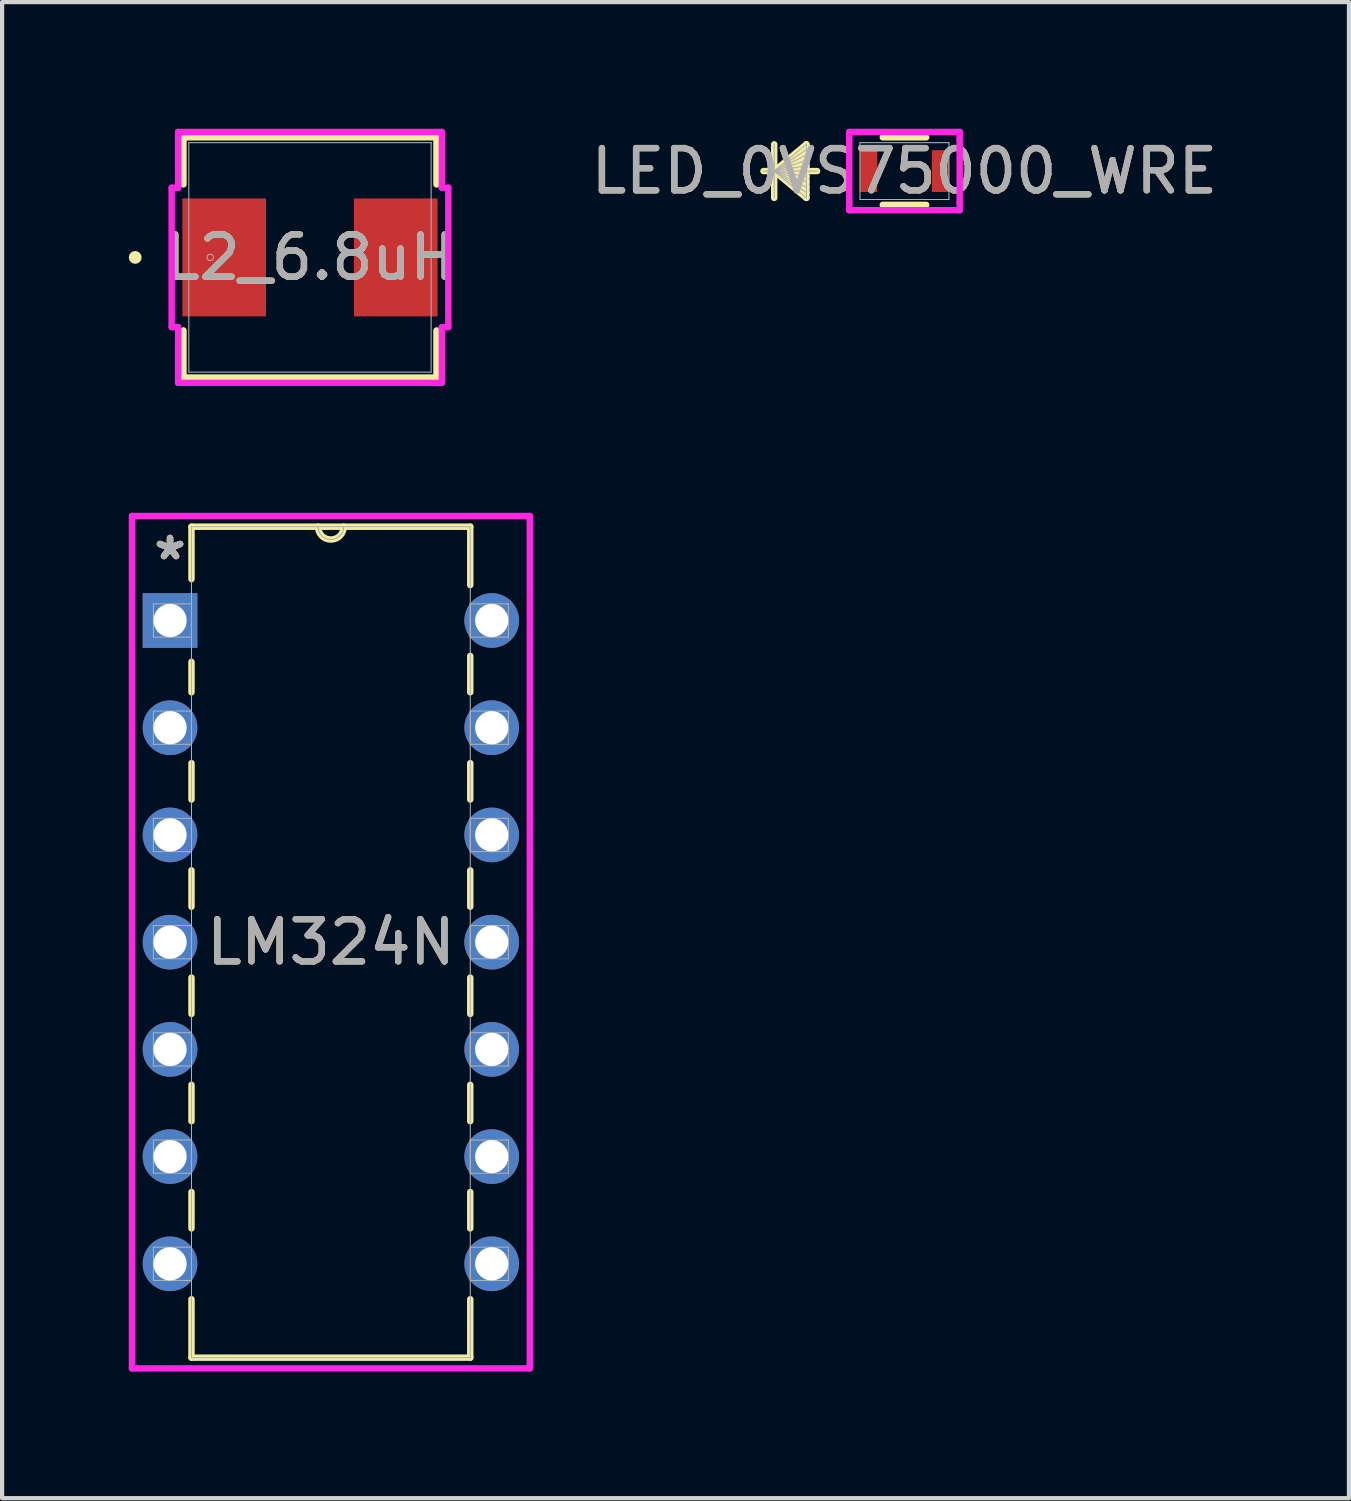
<source format=kicad_pcb>
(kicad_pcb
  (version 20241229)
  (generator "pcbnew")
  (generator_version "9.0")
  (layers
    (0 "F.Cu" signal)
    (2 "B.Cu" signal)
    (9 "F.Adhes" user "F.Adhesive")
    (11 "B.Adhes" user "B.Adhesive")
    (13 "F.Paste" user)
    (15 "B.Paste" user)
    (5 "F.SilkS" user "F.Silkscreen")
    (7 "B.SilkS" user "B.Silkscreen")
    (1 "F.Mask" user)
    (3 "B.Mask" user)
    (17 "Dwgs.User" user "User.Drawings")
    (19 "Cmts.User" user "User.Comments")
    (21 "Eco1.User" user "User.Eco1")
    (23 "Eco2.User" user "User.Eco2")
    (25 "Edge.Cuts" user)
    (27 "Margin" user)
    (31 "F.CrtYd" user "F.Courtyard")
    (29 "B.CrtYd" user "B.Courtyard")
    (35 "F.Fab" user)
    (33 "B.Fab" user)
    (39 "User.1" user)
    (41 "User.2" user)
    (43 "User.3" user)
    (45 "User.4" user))
  (footprint "LED_0VS75000_WRE"
    (layer "F.Cu")
    (at 18.376 1.003)
    (property "Reference" "LED_0VS75000_WRE" (at 0 0 0) (unlocked yes) (layer "F.SilkS") (effects (font (size 1 1) (thickness 0.15))))
    (attr smd)
    (fp_line (start -3.086 -0.635) (end -3.086 0.635) (stroke (width 0.152) (type solid)) (layer "F.SilkS"))
    (fp_line (start -3.086 0) (end -2.324 -0.635) (stroke (width 0.152) (type solid)) (layer "F.SilkS"))
    (fp_line (start -3.086 0) (end -2.324 -0.508) (stroke (width 0.152) (type solid)) (layer "F.SilkS"))
    (fp_line (start -3.086 0) (end -2.324 -0.381) (stroke (width 0.152) (type solid)) (layer "F.SilkS"))
    (fp_line (start -3.086 0) (end -2.324 -0.254) (stroke (width 0.152) (type solid)) (layer "F.SilkS"))
    (fp_line (start -3.086 0) (end -2.324 -0.127) (stroke (width 0.152) (type solid)) (layer "F.SilkS"))
    (fp_line (start -3.086 0) (end -2.324 0.127) (stroke (width 0.152) (type solid)) (layer "F.SilkS"))
    (fp_line (start -3.086 0) (end -2.324 0.254) (stroke (width 0.152) (type solid)) (layer "F.SilkS"))
    (fp_line (start -3.086 0) (end -2.324 0.381) (stroke (width 0.152) (type solid)) (layer "F.SilkS"))
    (fp_line (start -3.086 0) (end -2.324 0.508) (stroke (width 0.152) (type solid)) (layer "F.SilkS"))
    (fp_line (start -3.086 0) (end -2.324 0.635) (stroke (width 0.152) (type solid)) (layer "F.SilkS"))
    (fp_line (start -2.324 -0.635) (end -2.324 0.635) (stroke (width 0.152) (type solid)) (layer "F.SilkS"))
    (fp_line (start -2.07 0) (end -3.34 0) (stroke (width 0.152) (type solid)) (layer "F.SilkS"))
    (fp_line (start -0.514 0.8) (end 0.514 0.8) (stroke (width 0.152) (type solid)) (layer "F.SilkS"))
    (fp_line (start 0.514 -0.8) (end -0.514 -0.8) (stroke (width 0.152) (type solid)) (layer "F.SilkS"))
    (fp_line (start -1.308 -0.927) (end 1.308 -0.927) (stroke (width 0.152) (type solid)) (layer "F.CrtYd"))
    (fp_line (start -1.308 -0.749) (end -1.308 -0.927) (stroke (width 0.152) (type solid)) (layer "F.CrtYd"))
    (fp_line (start -1.308 -0.749) (end -1.308 -0.749) (stroke (width 0.152) (type solid)) (layer "F.CrtYd"))
    (fp_line (start -1.308 0.749) (end -1.308 -0.749) (stroke (width 0.152) (type solid)) (layer "F.CrtYd"))
    (fp_line (start -1.308 0.749) (end -1.308 0.749) (stroke (width 0.152) (type solid)) (layer "F.CrtYd"))
    (fp_line (start -1.308 0.927) (end -1.308 0.749) (stroke (width 0.152) (type solid)) (layer "F.CrtYd"))
    (fp_line (start 1.308 -0.927) (end 1.308 -0.749) (stroke (width 0.152) (type solid)) (layer "F.CrtYd"))
    (fp_line (start 1.308 -0.749) (end 1.308 -0.749) (stroke (width 0.152) (type solid)) (layer "F.CrtYd"))
    (fp_line (start 1.308 -0.749) (end 1.308 0.749) (stroke (width 0.152) (type solid)) (layer "F.CrtYd"))
    (fp_line (start 1.308 0.749) (end 1.308 0.749) (stroke (width 0.152) (type solid)) (layer "F.CrtYd"))
    (fp_line (start 1.308 0.749) (end 1.308 0.927) (stroke (width 0.152) (type solid)) (layer "F.CrtYd"))
    (fp_line (start 1.308 0.927) (end -1.308 0.927) (stroke (width 0.152) (type solid)) (layer "F.CrtYd"))
    (fp_line (start -3.086 -0.635) (end -3.086 0.635) (stroke (width 0.025) (type solid)) (layer "F.Fab"))
    (fp_line (start -3.086 0) (end -2.324 -0.635) (stroke (width 0.025) (type solid)) (layer "F.Fab"))
    (fp_line (start -3.086 0) (end -2.324 -0.508) (stroke (width 0.025) (type solid)) (layer "F.Fab"))
    (fp_line (start -3.086 0) (end -2.324 -0.381) (stroke (width 0.025) (type solid)) (layer "F.Fab"))
    (fp_line (start -3.086 0) (end -2.324 -0.254) (stroke (width 0.025) (type solid)) (layer "F.Fab"))
    (fp_line (start -3.086 0) (end -2.324 -0.127) (stroke (width 0.025) (type solid)) (layer "F.Fab"))
    (fp_line (start -3.086 0) (end -2.324 0.127) (stroke (width 0.025) (type solid)) (layer "F.Fab"))
    (fp_line (start -3.086 0) (end -2.324 0.254) (stroke (width 0.025) (type solid)) (layer "F.Fab"))
    (fp_line (start -3.086 0) (end -2.324 0.381) (stroke (width 0.025) (type solid)) (layer "F.Fab"))
    (fp_line (start -3.086 0) (end -2.324 0.508) (stroke (width 0.025) (type solid)) (layer "F.Fab"))
    (fp_line (start -3.086 0) (end -2.324 0.635) (stroke (width 0.025) (type solid)) (layer "F.Fab"))
    (fp_line (start -2.324 -0.635) (end -2.324 0.635) (stroke (width 0.025) (type solid)) (layer "F.Fab"))
    (fp_line (start -2.07 0) (end -3.34 0) (stroke (width 0.025) (type solid)) (layer "F.Fab"))
    (fp_line (start -1.054 -0.673) (end -1.054 0.673) (stroke (width 0.025) (type solid)) (layer "F.Fab"))
    (fp_line (start -1.054 0.673) (end 1.054 0.673) (stroke (width 0.025) (type solid)) (layer "F.Fab"))
    (fp_line (start 1.054 -0.673) (end -1.054 -0.673) (stroke (width 0.025) (type solid)) (layer "F.Fab"))
    (fp_line (start 1.054 0.673) (end 1.054 -0.673) (stroke (width 0.025) (type solid)) (layer "F.Fab"))
    (fp_text user "${REFERENCE}" (at 0 0 0) (unlocked yes) (layer "F.Fab") (effects (font (size 1 1) (thickness 0.15))))
    (pad "1" smd rect (at -0.851 0) (size 0.406 0.991) (layers "F.Cu" "F.Mask" "F.Paste"))
    (pad "2" smd rect (at 0.851 0) (size 0.406 0.991) (layers "F.Cu" "F.Mask" "F.Paste"))
    (zone (net_name "") (layer "F.Cu") (hatch full 0.508) (connect_pads) (min_thickness 0.254) (filled_areas_thickness no) (keepout (tracks not_allowed) (vias not_allowed) (pads allowed) (copperpour not_allowed) (footprints allowed)) (placement (enabled no)) (fill) (polygon (pts (xy 17.779 0.381) (xy 18.973 0.381) (xy 18.973 1.626) (xy 17.779 1.626)))))
  (footprint "L2_6.8uH"
    (layer "F.Cu")
    (at 4.293 3.048)
    (property "Reference" "L2_6.8uH" (at 0 0 0) (unlocked yes) (layer "F.SilkS") (effects (font (size 1 1) (thickness 0.15))))
    (attr smd)
    (fp_line (start -2.997 -2.845) (end -2.997 -1.73) (stroke (width 0.152) (type solid)) (layer "F.SilkS"))
    (fp_line (start -2.997 1.73) (end -2.997 2.845) (stroke (width 0.152) (type solid)) (layer "F.SilkS"))
    (fp_line (start -2.997 2.845) (end 2.997 2.845) (stroke (width 0.152) (type solid)) (layer "F.SilkS"))
    (fp_line (start 2.997 -2.845) (end -2.997 -2.845) (stroke (width 0.152) (type solid)) (layer "F.SilkS"))
    (fp_line (start 2.997 -1.73) (end 2.997 -2.845) (stroke (width 0.152) (type solid)) (layer "F.SilkS"))
    (fp_line (start 2.997 2.845) (end 2.997 1.73) (stroke (width 0.152) (type solid)) (layer "F.SilkS"))
    (fp_circle (center -4.14 0) (end -4.064 0) (stroke (width 0.152) (type solid)) (fill no) (layer "F.SilkS"))
    (fp_line (start -3.277 -1.651) (end -3.124 -1.651) (stroke (width 0.152) (type solid)) (layer "F.CrtYd"))
    (fp_line (start -3.277 1.651) (end -3.277 -1.651) (stroke (width 0.152) (type solid)) (layer "F.CrtYd"))
    (fp_line (start -3.124 -2.972) (end 3.124 -2.972) (stroke (width 0.152) (type solid)) (layer "F.CrtYd"))
    (fp_line (start -3.124 -1.651) (end -3.124 -2.972) (stroke (width 0.152) (type solid)) (layer "F.CrtYd"))
    (fp_line (start -3.124 1.651) (end -3.277 1.651) (stroke (width 0.152) (type solid)) (layer "F.CrtYd"))
    (fp_line (start -3.124 2.972) (end -3.124 1.651) (stroke (width 0.152) (type solid)) (layer "F.CrtYd"))
    (fp_line (start 3.124 -2.972) (end 3.124 -1.651) (stroke (width 0.152) (type solid)) (layer "F.CrtYd"))
    (fp_line (start 3.124 -1.651) (end 3.277 -1.651) (stroke (width 0.152) (type solid)) (layer "F.CrtYd"))
    (fp_line (start 3.124 1.651) (end 3.124 2.972) (stroke (width 0.152) (type solid)) (layer "F.CrtYd"))
    (fp_line (start 3.124 2.972) (end -3.124 2.972) (stroke (width 0.152) (type solid)) (layer "F.CrtYd"))
    (fp_line (start 3.277 -1.651) (end 3.277 1.651) (stroke (width 0.152) (type solid)) (layer "F.CrtYd"))
    (fp_line (start 3.277 1.651) (end 3.124 1.651) (stroke (width 0.152) (type solid)) (layer "F.CrtYd"))
    (fp_line (start -2.87 -2.718) (end -2.87 2.718) (stroke (width 0.025) (type solid)) (layer "F.Fab"))
    (fp_line (start -2.87 2.718) (end 2.87 2.718) (stroke (width 0.025) (type solid)) (layer "F.Fab"))
    (fp_line (start 2.87 -2.718) (end -2.87 -2.718) (stroke (width 0.025) (type solid)) (layer "F.Fab"))
    (fp_line (start 2.87 2.718) (end 2.87 -2.718) (stroke (width 0.025) (type solid)) (layer "F.Fab"))
    (fp_circle (center -2.362 0) (end -2.286 0) (stroke (width 0.025) (type solid)) (fill no) (layer "F.Fab"))
    (fp_text user "${REFERENCE}" (at 0 0 0) (unlocked yes) (layer "F.Fab") (effects (font (size 1 1) (thickness 0.15))))
    (pad "1" smd rect (at -2.032 0 90) (size 2.794 1.981) (layers "F.Cu" "F.Mask" "F.Paste"))
    (pad "2" smd rect (at 2.032 0 90) (size 2.794 1.981) (layers "F.Cu" "F.Mask" "F.Paste"))
    (zone (net_name "") (layer "F.Cu") (hatch full 0.508) (connect_pads) (min_thickness 0.254) (filled_areas_thickness no) (keepout (tracks not_allowed) (vias not_allowed) (pads allowed) (copperpour not_allowed) (footprints allowed)) (placement (enabled no)) (fill) (polygon (pts (xy 1.473 0.381) (xy 7.112 0.381) (xy 7.112 1.6) (xy 1.473 1.6))))
    (zone (net_name "") (layer "F.Cu") (hatch full 0.508) (connect_pads) (min_thickness 0.254) (filled_areas_thickness no) (keepout (tracks not_allowed) (vias not_allowed) (pads allowed) (copperpour not_allowed) (footprints allowed)) (placement (enabled no)) (fill) (polygon (pts (xy 1.473 4.496) (xy 7.112 4.496) (xy 7.112 5.715) (xy 1.473 5.715))))
    (zone (net_name "") (layer "F.Cu") (hatch full 0.508) (connect_pads) (min_thickness 0.254) (filled_areas_thickness no) (keepout (tracks not_allowed) (vias not_allowed) (pads allowed) (copperpour not_allowed) (footprints allowed)) (placement (enabled no)) (fill) (polygon (pts (xy 3.302 1.6) (xy 5.283 1.6) (xy 5.283 4.496) (xy 3.302 4.496)))))
  (footprint "LM324N"
    (layer "F.Cu")
    (at 8.598 26.889)
    (property "Reference" "LM324N" (at -3.81 -7.62 0) (unlocked yes) (layer "F.SilkS") (effects (font (size 1 1) (thickness 0.15))))
    (attr through_hole)
    (fp_line (start -7.112 -17.462) (end -7.112 -16.22) (stroke (width 0.152) (type solid)) (layer "F.SilkS"))
    (fp_line (start -7.112 -14.26) (end -7.112 -13.539) (stroke (width 0.152) (type solid)) (layer "F.SilkS"))
    (fp_line (start -7.112 -11.861) (end -7.112 -10.999) (stroke (width 0.152) (type solid)) (layer "F.SilkS"))
    (fp_line (start -7.112 -9.321) (end -7.112 -8.459) (stroke (width 0.152) (type solid)) (layer "F.SilkS"))
    (fp_line (start -7.112 -6.781) (end -7.112 -5.919) (stroke (width 0.152) (type solid)) (layer "F.SilkS"))
    (fp_line (start -7.112 -4.241) (end -7.112 -3.379) (stroke (width 0.152) (type solid)) (layer "F.SilkS"))
    (fp_line (start -7.112 -1.701) (end -7.112 -0.839) (stroke (width 0.152) (type solid)) (layer "F.SilkS"))
    (fp_line (start -7.112 0.839) (end -7.112 2.223) (stroke (width 0.152) (type solid)) (layer "F.SilkS"))
    (fp_line (start -7.112 2.223) (end -0.508 2.223) (stroke (width 0.152) (type solid)) (layer "F.SilkS"))
    (fp_line (start -0.508 -17.462) (end -7.112 -17.462) (stroke (width 0.152) (type solid)) (layer "F.SilkS"))
    (fp_line (start -0.508 -16.079) (end -0.508 -17.462) (stroke (width 0.152) (type solid)) (layer "F.SilkS"))
    (fp_line (start -0.508 -13.539) (end -0.508 -14.401) (stroke (width 0.152) (type solid)) (layer "F.SilkS"))
    (fp_line (start -0.508 -10.999) (end -0.508 -11.861) (stroke (width 0.152) (type solid)) (layer "F.SilkS"))
    (fp_line (start -0.508 -8.459) (end -0.508 -9.321) (stroke (width 0.152) (type solid)) (layer "F.SilkS"))
    (fp_line (start -0.508 -5.919) (end -0.508 -6.781) (stroke (width 0.152) (type solid)) (layer "F.SilkS"))
    (fp_line (start -0.508 -3.379) (end -0.508 -4.241) (stroke (width 0.152) (type solid)) (layer "F.SilkS"))
    (fp_line (start -0.508 -0.839) (end -0.508 -1.701) (stroke (width 0.152) (type solid)) (layer "F.SilkS"))
    (fp_line (start -0.508 2.223) (end -0.508 0.839) (stroke (width 0.152) (type solid)) (layer "F.SilkS"))
    (fp_arc (start -3.5052 -17.4625) (mid -3.81 -17.1577) (end -4.1148 -17.4625) (stroke (width 0.1524) (type solid)) (layer "F.SilkS"))
    (fp_line (start -8.522 -17.716) (end -8.522 2.477) (stroke (width 0.152) (type solid)) (layer "F.CrtYd"))
    (fp_line (start -8.522 2.477) (end 0.902 2.477) (stroke (width 0.152) (type solid)) (layer "F.CrtYd"))
    (fp_line (start 0.902 -17.716) (end -8.522 -17.716) (stroke (width 0.152) (type solid)) (layer "F.CrtYd"))
    (fp_line (start 0.902 2.477) (end 0.902 -17.716) (stroke (width 0.152) (type solid)) (layer "F.CrtYd"))
    (fp_line (start -8.014 -15.634) (end -8.014 -14.846) (stroke (width 0.025) (type solid)) (layer "F.Fab"))
    (fp_line (start -8.014 -14.846) (end -7.112 -14.846) (stroke (width 0.025) (type solid)) (layer "F.Fab"))
    (fp_line (start -8.014 -13.094) (end -8.014 -12.306) (stroke (width 0.025) (type solid)) (layer "F.Fab"))
    (fp_line (start -8.014 -12.306) (end -7.112 -12.306) (stroke (width 0.025) (type solid)) (layer "F.Fab"))
    (fp_line (start -8.014 -10.554) (end -8.014 -9.766) (stroke (width 0.025) (type solid)) (layer "F.Fab"))
    (fp_line (start -8.014 -9.766) (end -7.112 -9.766) (stroke (width 0.025) (type solid)) (layer "F.Fab"))
    (fp_line (start -8.014 -8.014) (end -8.014 -7.226) (stroke (width 0.025) (type solid)) (layer "F.Fab"))
    (fp_line (start -8.014 -7.226) (end -7.112 -7.226) (stroke (width 0.025) (type solid)) (layer "F.Fab"))
    (fp_line (start -8.014 -5.474) (end -8.014 -4.686) (stroke (width 0.025) (type solid)) (layer "F.Fab"))
    (fp_line (start -8.014 -4.686) (end -7.112 -4.686) (stroke (width 0.025) (type solid)) (layer "F.Fab"))
    (fp_line (start -8.014 -2.934) (end -8.014 -2.146) (stroke (width 0.025) (type solid)) (layer "F.Fab"))
    (fp_line (start -8.014 -2.146) (end -7.112 -2.146) (stroke (width 0.025) (type solid)) (layer "F.Fab"))
    (fp_line (start -8.014 -0.394) (end -8.014 0.394) (stroke (width 0.025) (type solid)) (layer "F.Fab"))
    (fp_line (start -8.014 0.394) (end -7.112 0.394) (stroke (width 0.025) (type solid)) (layer "F.Fab"))
    (fp_line (start -7.112 -17.462) (end -7.112 2.223) (stroke (width 0.025) (type solid)) (layer "F.Fab"))
    (fp_line (start -7.112 -15.634) (end -8.014 -15.634) (stroke (width 0.025) (type solid)) (layer "F.Fab"))
    (fp_line (start -7.112 -14.846) (end -7.112 -15.634) (stroke (width 0.025) (type solid)) (layer "F.Fab"))
    (fp_line (start -7.112 -13.094) (end -8.014 -13.094) (stroke (width 0.025) (type solid)) (layer "F.Fab"))
    (fp_line (start -7.112 -12.306) (end -7.112 -13.094) (stroke (width 0.025) (type solid)) (layer "F.Fab"))
    (fp_line (start -7.112 -10.554) (end -8.014 -10.554) (stroke (width 0.025) (type solid)) (layer "F.Fab"))
    (fp_line (start -7.112 -9.766) (end -7.112 -10.554) (stroke (width 0.025) (type solid)) (layer "F.Fab"))
    (fp_line (start -7.112 -8.014) (end -8.014 -8.014) (stroke (width 0.025) (type solid)) (layer "F.Fab"))
    (fp_line (start -7.112 -7.226) (end -7.112 -8.014) (stroke (width 0.025) (type solid)) (layer "F.Fab"))
    (fp_line (start -7.112 -5.474) (end -8.014 -5.474) (stroke (width 0.025) (type solid)) (layer "F.Fab"))
    (fp_line (start -7.112 -4.686) (end -7.112 -5.474) (stroke (width 0.025) (type solid)) (layer "F.Fab"))
    (fp_line (start -7.112 -2.934) (end -8.014 -2.934) (stroke (width 0.025) (type solid)) (layer "F.Fab"))
    (fp_line (start -7.112 -2.146) (end -7.112 -2.934) (stroke (width 0.025) (type solid)) (layer "F.Fab"))
    (fp_line (start -7.112 -0.394) (end -8.014 -0.394) (stroke (width 0.025) (type solid)) (layer "F.Fab"))
    (fp_line (start -7.112 0.394) (end -7.112 -0.394) (stroke (width 0.025) (type solid)) (layer "F.Fab"))
    (fp_line (start -7.112 2.223) (end -0.508 2.223) (stroke (width 0.025) (type solid)) (layer "F.Fab"))
    (fp_line (start -0.508 -17.462) (end -7.112 -17.462) (stroke (width 0.025) (type solid)) (layer "F.Fab"))
    (fp_line (start -0.508 -15.634) (end -0.508 -14.846) (stroke (width 0.025) (type solid)) (layer "F.Fab"))
    (fp_line (start -0.508 -14.846) (end 0.394 -14.846) (stroke (width 0.025) (type solid)) (layer "F.Fab"))
    (fp_line (start -0.508 -13.094) (end -0.508 -12.306) (stroke (width 0.025) (type solid)) (layer "F.Fab"))
    (fp_line (start -0.508 -12.306) (end 0.394 -12.306) (stroke (width 0.025) (type solid)) (layer "F.Fab"))
    (fp_line (start -0.508 -10.554) (end -0.508 -9.766) (stroke (width 0.025) (type solid)) (layer "F.Fab"))
    (fp_line (start -0.508 -9.766) (end 0.394 -9.766) (stroke (width 0.025) (type solid)) (layer "F.Fab"))
    (fp_line (start -0.508 -8.014) (end -0.508 -7.226) (stroke (width 0.025) (type solid)) (layer "F.Fab"))
    (fp_line (start -0.508 -7.226) (end 0.394 -7.226) (stroke (width 0.025) (type solid)) (layer "F.Fab"))
    (fp_line (start -0.508 -5.474) (end -0.508 -4.686) (stroke (width 0.025) (type solid)) (layer "F.Fab"))
    (fp_line (start -0.508 -4.686) (end 0.394 -4.686) (stroke (width 0.025) (type solid)) (layer "F.Fab"))
    (fp_line (start -0.508 -2.934) (end -0.508 -2.146) (stroke (width 0.025) (type solid)) (layer "F.Fab"))
    (fp_line (start -0.508 -2.146) (end 0.394 -2.146) (stroke (width 0.025) (type solid)) (layer "F.Fab"))
    (fp_line (start -0.508 -0.394) (end -0.508 0.394) (stroke (width 0.025) (type solid)) (layer "F.Fab"))
    (fp_line (start -0.508 0.394) (end 0.394 0.394) (stroke (width 0.025) (type solid)) (layer "F.Fab"))
    (fp_line (start -0.508 2.223) (end -0.508 -17.462) (stroke (width 0.025) (type solid)) (layer "F.Fab"))
    (fp_line (start 0.394 -15.634) (end -0.508 -15.634) (stroke (width 0.025) (type solid)) (layer "F.Fab"))
    (fp_line (start 0.394 -14.846) (end 0.394 -15.634) (stroke (width 0.025) (type solid)) (layer "F.Fab"))
    (fp_line (start 0.394 -13.094) (end -0.508 -13.094) (stroke (width 0.025) (type solid)) (layer "F.Fab"))
    (fp_line (start 0.394 -12.306) (end 0.394 -13.094) (stroke (width 0.025) (type solid)) (layer "F.Fab"))
    (fp_line (start 0.394 -10.554) (end -0.508 -10.554) (stroke (width 0.025) (type solid)) (layer "F.Fab"))
    (fp_line (start 0.394 -9.766) (end 0.394 -10.554) (stroke (width 0.025) (type solid)) (layer "F.Fab"))
    (fp_line (start 0.394 -8.014) (end -0.508 -8.014) (stroke (width 0.025) (type solid)) (layer "F.Fab"))
    (fp_line (start 0.394 -7.226) (end 0.394 -8.014) (stroke (width 0.025) (type solid)) (layer "F.Fab"))
    (fp_line (start 0.394 -5.474) (end -0.508 -5.474) (stroke (width 0.025) (type solid)) (layer "F.Fab"))
    (fp_line (start 0.394 -4.686) (end 0.394 -5.474) (stroke (width 0.025) (type solid)) (layer "F.Fab"))
    (fp_line (start 0.394 -2.934) (end -0.508 -2.934) (stroke (width 0.025) (type solid)) (layer "F.Fab"))
    (fp_line (start 0.394 -2.146) (end 0.394 -2.934) (stroke (width 0.025) (type solid)) (layer "F.Fab"))
    (fp_line (start 0.394 -0.394) (end -0.508 -0.394) (stroke (width 0.025) (type solid)) (layer "F.Fab"))
    (fp_line (start 0.394 0.394) (end 0.394 -0.394) (stroke (width 0.025) (type solid)) (layer "F.Fab"))
    (fp_arc (start -3.5052 -17.4625) (mid -3.81 -17.1577) (end -4.1148 -17.4625) (stroke (width 0.0254) (type solid)) (layer "F.Fab"))
    (fp_text user "*" (at -7.62 -16.65 0) (unlocked yes) (layer "F.SilkS") (effects (font (size 1 1) (thickness 0.15))))
    (fp_text user "*" (at -7.62 -16.65 0) (layer "F.SilkS") (effects (font (size 1 1) (thickness 0.15))))
    (fp_text user "${REFERENCE}" (at -3.81 -7.62 0) (unlocked yes) (layer "F.Fab") (effects (font (size 1 1) (thickness 0.15))))
    (fp_text user "*" (at -7.62 -16.65 0) (unlocked yes) (layer "F.Fab") (effects (font (size 1 1) (thickness 0.15))))
    (fp_text user "*" (at -7.62 -16.65 0) (layer "F.Fab") (effects (font (size 1 1) (thickness 0.15))))
    (pad "1" thru_hole rect (at -7.62 -15.24) (size 1.295 1.295) (drill 0.787) (layers "*.Cu" "*.Mask"))
    (pad "2" thru_hole circle (at -7.62 -12.7) (size 1.295 1.295) (drill 0.787) (layers "*.Cu" "*.Mask"))
    (pad "3" thru_hole circle (at -7.62 -10.16) (size 1.295 1.295) (drill 0.787) (layers "*.Cu" "*.Mask"))
    (pad "4" thru_hole circle (at -7.62 -7.62) (size 1.295 1.295) (drill 0.787) (layers "*.Cu" "*.Mask"))
    (pad "5" thru_hole circle (at -7.62 -5.08) (size 1.295 1.295) (drill 0.787) (layers "*.Cu" "*.Mask"))
    (pad "6" thru_hole circle (at -7.62 -2.54) (size 1.295 1.295) (drill 0.787) (layers "*.Cu" "*.Mask"))
    (pad "7" thru_hole circle (at -7.62 0) (size 1.295 1.295) (drill 0.787) (layers "*.Cu" "*.Mask"))
    (pad "8" thru_hole circle (at 0 0) (size 1.295 1.295) (drill 0.787) (layers "*.Cu" "*.Mask"))
    (pad "9" thru_hole circle (at 0 -2.54) (size 1.295 1.295) (drill 0.787) (layers "*.Cu" "*.Mask"))
    (pad "10" thru_hole circle (at 0 -5.08) (size 1.295 1.295) (drill 0.787) (layers "*.Cu" "*.Mask"))
    (pad "11" thru_hole circle (at 0 -7.62) (size 1.295 1.295) (drill 0.787) (layers "*.Cu" "*.Mask"))
    (pad "12" thru_hole circle (at 0 -10.16) (size 1.295 1.295) (drill 0.787) (layers "*.Cu" "*.Mask"))
    (pad "13" thru_hole circle (at 0 -12.7) (size 1.295 1.295) (drill 0.787) (layers "*.Cu" "*.Mask"))
    (pad "14" thru_hole circle (at 0 -15.24) (size 1.295 1.295) (drill 0.787) (layers "*.Cu" "*.Mask")))
  (gr_rect
    (start -3 -3)
    (end 28.906 32.441)
    (stroke (width 0.1) (type default))
    (fill no)
    (layer "Edge.Cuts")))
</source>
